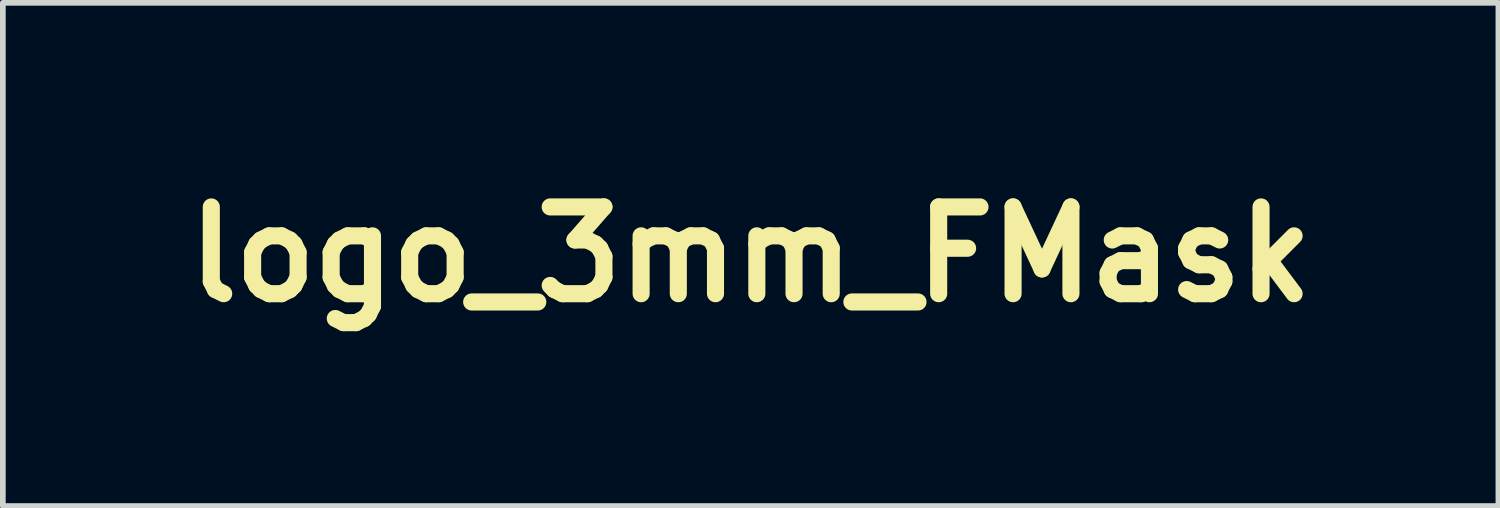
<source format=kicad_pcb>
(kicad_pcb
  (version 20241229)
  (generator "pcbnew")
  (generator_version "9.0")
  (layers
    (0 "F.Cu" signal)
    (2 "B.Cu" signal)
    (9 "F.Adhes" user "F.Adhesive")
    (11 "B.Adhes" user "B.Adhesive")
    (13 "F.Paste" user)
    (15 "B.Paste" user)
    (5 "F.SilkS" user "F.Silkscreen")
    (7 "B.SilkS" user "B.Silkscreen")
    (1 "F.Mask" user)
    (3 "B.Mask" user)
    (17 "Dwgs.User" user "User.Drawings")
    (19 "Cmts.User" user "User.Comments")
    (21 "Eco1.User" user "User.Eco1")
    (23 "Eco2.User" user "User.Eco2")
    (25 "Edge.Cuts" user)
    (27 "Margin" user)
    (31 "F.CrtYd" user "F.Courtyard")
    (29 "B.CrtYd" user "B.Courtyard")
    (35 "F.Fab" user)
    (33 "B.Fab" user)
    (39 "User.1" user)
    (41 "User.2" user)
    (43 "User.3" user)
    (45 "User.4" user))
  (footprint "logo_3mm_FMask"
    (layer "F.Cu")
    (at 10.131 1.418)
    (property "Reference" "logo_3mm_FMask" (at 0 0 0) (layer "F.SilkS") (effects (font (size 1.524 1.524) (thickness 0.3))))
    (attr board_only exclude_from_pos_files exclude_from_bom)
    (fp_poly (pts (xy 0.611 -0.894) (xy 0.707 -0.894) (xy 0.797 -0.894) (xy 0.881 -0.894) (xy 0.959 -0.893) (xy 1.03 -0.893) (xy 1.096 -0.893) (xy 1.157 -0.893) (xy 1.211 -0.893) (xy 1.259 -0.893) (xy 1.301 -0.893) (xy 1.338 -0.892) (xy 1.368 -0.892) (xy 1.393 -0.892) (xy 1.412 -0.892) (xy 1.425 -0.891) (xy 1.432 -0.891) (xy 1.499 -0.885) (xy 1.562 -0.876) (xy 1.621 -0.864) (xy 1.676 -0.847) (xy 1.728 -0.827) (xy 1.778 -0.802) (xy 1.825 -0.774) (xy 1.848 -0.758) (xy 1.904 -0.713) (xy 1.956 -0.666) (xy 2.002 -0.615) (xy 2.044 -0.561) (xy 2.08 -0.503) (xy 2.111 -0.443) (xy 2.138 -0.38) (xy 2.158 -0.315) (xy 2.163 -0.296) (xy 2.17 -0.266) (xy 2.175 -0.238) (xy 2.18 -0.211) (xy 2.182 -0.183) (xy 2.184 -0.154) (xy 2.185 -0.121) (xy 2.185 -0.093) (xy 2.185 -0.061) (xy 2.185 -0.033) (xy 2.183 -0.009) (xy 2.181 0.014) (xy 2.178 0.036) (xy 2.174 0.059) (xy 2.169 0.084) (xy 2.169 0.087) (xy 2.152 0.154) (xy 2.129 0.219) (xy 2.101 0.28) (xy 2.069 0.339) (xy 2.031 0.395) (xy 1.988 0.448) (xy 1.948 0.489) (xy 1.903 0.53) (xy 1.854 0.566) (xy 1.803 0.598) (xy 1.748 0.625) (xy 1.69 0.649) (xy 1.629 0.668) (xy 1.563 0.684) (xy 1.492 0.695) (xy 1.482 0.697) (xy 1.479 0.697) (xy 1.473 0.697) (xy 1.464 0.697) (xy 1.452 0.698) (xy 1.438 0.698) (xy 1.42 0.698) (xy 1.399 0.698) (xy 1.375 0.698) (xy 1.348 0.699) (xy 1.317 0.699) (xy 1.282 0.699) (xy 1.244 0.699) (xy 1.202 0.699) (xy 1.155 0.699) (xy 1.105 0.7) (xy 1.05 0.7) (xy 0.991 0.7) (xy 0.927 0.7) (xy 0.859 0.7) (xy 0.786 0.7) (xy 0.709 0.7) (xy 0.626 0.7) (xy 0.538 0.701) (xy 0.446 0.701) (xy 0.347 0.701) (xy 0.244 0.701) (xy 0.134 0.701) (xy 0.02 0.701) (xy -0.101 0.701) (xy -0.206 0.701) (xy -1.866 0.702) (xy -1.872 0.718) (xy -1.874 0.725) (xy -1.878 0.737) (xy -1.884 0.752) (xy -1.89 0.771) (xy -1.897 0.791) (xy -1.905 0.813) (xy -1.905 0.814) (xy -1.934 0.894) (xy -2.061 0.894) (xy -2.092 0.894) (xy -2.117 0.894) (xy -2.138 0.894) (xy -2.154 0.894) (xy -2.166 0.893) (xy -2.175 0.893) (xy -2.18 0.892) (xy -2.184 0.892) (xy -2.186 0.891) (xy -2.186 0.89) (xy -2.186 0.889) (xy -2.184 0.885) (xy -2.181 0.876) (xy -2.176 0.862) (xy -2.169 0.843) (xy -2.161 0.82) (xy -2.152 0.793) (xy -2.141 0.763) (xy -2.129 0.729) (xy -2.116 0.693) (xy -2.102 0.654) (xy -2.088 0.613) (xy -2.073 0.571) (xy -2.059 0.533) (xy -2.053 0.514) (xy -2.046 0.497) (xy -2.041 0.483) (xy -2.037 0.472) (xy -2.034 0.466) (xy -2.033 0.464) (xy -2.03 0.464) (xy -2.021 0.464) (xy -2.006 0.464) (xy -1.986 0.464) (xy -1.96 0.464) (xy -1.93 0.464) (xy -1.894 0.463) (xy -1.854 0.463) (xy -1.808 0.463) (xy -1.759 0.463) (xy -1.705 0.463) (xy -1.647 0.463) (xy -1.585 0.463) (xy -1.519 0.463) (xy -1.449 0.463) (xy -1.376 0.463) (xy -1.3 0.463) (xy -1.22 0.462) (xy -1.137 0.462) (xy -1.052 0.462) (xy -0.964 0.462) (xy -0.873 0.462) (xy -0.781 0.462) (xy -0.686 0.462) (xy -0.589 0.462) (xy -0.49 0.462) (xy -0.389 0.462) (xy -0.291 0.462) (xy -0.15 0.462) (xy -0.016 0.462) (xy 0.114 0.462) (xy 0.237 0.462) (xy 0.355 0.462) (xy 0.466 0.462) (xy 0.572 0.462) (xy 0.672 0.462) (xy 0.767 0.462) (xy 0.855 0.461) (xy 0.938 0.461) (xy 1.014 0.461) (xy 1.085 0.461) (xy 1.15 0.461) (xy 1.209 0.461) (xy 1.263 0.461) (xy 1.31 0.46) (xy 1.351 0.46) (xy 1.387 0.46) (xy 1.416 0.46) (xy 1.44 0.46) (xy 1.457 0.459) (xy 1.469 0.459) (xy 1.474 0.459) (xy 1.475 0.459) (xy 1.492 0.457) (xy 1.505 0.455) (xy 1.517 0.453) (xy 1.529 0.451) (xy 1.543 0.447) (xy 1.556 0.444) (xy 1.608 0.427) (xy 1.658 0.406) (xy 1.703 0.38) (xy 1.746 0.349) (xy 1.784 0.315) (xy 1.819 0.277) (xy 1.849 0.235) (xy 1.874 0.189) (xy 1.894 0.142) (xy 1.91 0.091) (xy 1.921 0.038) (xy 1.928 -0.018) (xy 1.931 -0.076) (xy 1.93 -0.134) (xy 1.925 -0.19) (xy 1.916 -0.245) (xy 1.914 -0.257) (xy 1.903 -0.296) (xy 1.889 -0.336) (xy 1.872 -0.375) (xy 1.853 -0.41) (xy 1.848 -0.419) (xy 1.819 -0.461) (xy 1.784 -0.5) (xy 1.746 -0.535) (xy 1.703 -0.566) (xy 1.657 -0.592) (xy 1.607 -0.615) (xy 1.555 -0.632) (xy 1.499 -0.645) (xy 1.461 -0.651) (xy 1.456 -0.651) (xy 1.447 -0.651) (xy 1.432 -0.652) (xy 1.411 -0.652) (xy 1.386 -0.652) (xy 1.355 -0.652) (xy 1.319 -0.653) (xy 1.278 -0.653) (xy 1.231 -0.653) (xy 1.179 -0.653) (xy 1.121 -0.653) (xy 1.058 -0.653) (xy 0.989 -0.653) (xy 0.915 -0.654) (xy 0.835 -0.654) (xy 0.749 -0.654) (xy 0.658 -0.654) (xy 0.561 -0.654) (xy 0.458 -0.654) (xy 0.349 -0.654) (xy 0.235 -0.654) (xy 0.114 -0.654) (xy -0.012 -0.654) (xy -0.101 -0.654) (xy -0.197 -0.654) (xy -0.291 -0.654) (xy -0.384 -0.654) (xy -0.474 -0.654) (xy -0.563 -0.654) (xy -0.649 -0.654) (xy -0.733 -0.654) (xy -0.815 -0.654) (xy -0.893 -0.654) (xy -0.969 -0.654) (xy -1.042 -0.655) (xy -1.111 -0.655) (xy -1.177 -0.655) (xy -1.239 -0.655) (xy -1.298 -0.655) (xy -1.352 -0.655) (xy -1.402 -0.655) (xy -1.448 -0.655) (xy -1.49 -0.655) (xy -1.526 -0.655) (xy -1.558 -0.656) (xy -1.585 -0.656) (xy -1.606 -0.656) (xy -1.623 -0.656) (xy -1.633 -0.656) (xy -1.638 -0.656) (xy -1.638 -0.656) (xy -1.637 -0.66) (xy -1.634 -0.668) (xy -1.63 -0.681) (xy -1.624 -0.697) (xy -1.617 -0.717) (xy -1.609 -0.739) (xy -1.601 -0.764) (xy -1.597 -0.776) (xy -1.555 -0.893) (xy -0.088 -0.893) (xy 0.043 -0.894) (xy 0.169 -0.894) (xy 0.288 -0.894) (xy 0.402 -0.894) (xy 0.51 -0.894)) (stroke (width 0) (type solid)) (fill yes) (layer "F.Mask"))
    (fp_poly (pts (xy -1.468 -0.572) (xy -1.449 -0.572) (xy -1.434 -0.572) (xy -1.423 -0.572) (xy -1.417 -0.572) (xy -1.416 -0.571) (xy -1.417 -0.568) (xy -1.42 -0.56) (xy -1.424 -0.548) (xy -1.429 -0.533) (xy -1.435 -0.516) (xy -1.437 -0.51) (xy -1.443 -0.492) (xy -1.449 -0.476) (xy -1.453 -0.463) (xy -1.456 -0.454) (xy -1.458 -0.449) (xy -1.458 -0.449) (xy -1.455 -0.449) (xy -1.446 -0.449) (xy -1.432 -0.448) (xy -1.412 -0.448) (xy -1.387 -0.448) (xy -1.357 -0.448) (xy -1.322 -0.448) (xy -1.282 -0.448) (xy -1.237 -0.448) (xy -1.189 -0.448) (xy -1.136 -0.448) (xy -1.079 -0.447) (xy -1.018 -0.447) (xy -0.954 -0.447) (xy -0.886 -0.447) (xy -0.815 -0.447) (xy -0.741 -0.447) (xy -0.664 -0.447) (xy -0.585 -0.447) (xy -0.503 -0.447) (xy -0.418 -0.447) (xy -0.332 -0.446) (xy -0.243 -0.446) (xy -0.153 -0.446) (xy -0.061 -0.446) (xy -0.02 -0.446) (xy 0.091 -0.446) (xy 0.196 -0.446) (xy 0.296 -0.446) (xy 0.39 -0.446) (xy 0.479 -0.446) (xy 0.562 -0.446) (xy 0.641 -0.446) (xy 0.714 -0.446) (xy 0.783 -0.446) (xy 0.848 -0.445) (xy 0.907 -0.445) (xy 0.963 -0.445) (xy 1.015 -0.445) (xy 1.062 -0.445) (xy 1.106 -0.445) (xy 1.147 -0.445) (xy 1.183 -0.445) (xy 1.217 -0.445) (xy 1.247 -0.444) (xy 1.275 -0.444) (xy 1.3 -0.444) (xy 1.322 -0.444) (xy 1.341 -0.444) (xy 1.358 -0.444) (xy 1.373 -0.443) (xy 1.386 -0.443) (xy 1.398 -0.443) (xy 1.407 -0.443) (xy 1.415 -0.442) (xy 1.422 -0.442) (xy 1.427 -0.442) (xy 1.431 -0.441) (xy 1.435 -0.441) (xy 1.437 -0.441) (xy 1.44 -0.44) (xy 1.44 -0.44) (xy 1.482 -0.429) (xy 1.519 -0.414) (xy 1.552 -0.396) (xy 1.574 -0.382) (xy 1.611 -0.351) (xy 1.642 -0.316) (xy 1.669 -0.28) (xy 1.69 -0.24) (xy 1.706 -0.198) (xy 1.716 -0.154) (xy 1.721 -0.108) (xy 1.72 -0.06) (xy 1.714 -0.011) (xy 1.713 -0.009) (xy 1.703 0.032) (xy 1.689 0.069) (xy 1.672 0.102) (xy 1.649 0.133) (xy 1.622 0.161) (xy 1.59 0.187) (xy 1.555 0.209) (xy 1.515 0.227) (xy 1.471 0.24) (xy 1.423 0.25) (xy 1.421 0.25) (xy 1.418 0.251) (xy 1.414 0.251) (xy 1.409 0.251) (xy 1.403 0.252) (xy 1.396 0.252) (xy 1.387 0.252) (xy 1.376 0.252) (xy 1.363 0.253) (xy 1.349 0.253) (xy 1.332 0.253) (xy 1.313 0.253) (xy 1.291 0.253) (xy 1.267 0.254) (xy 1.24 0.254) (xy 1.211 0.254) (xy 1.178 0.254) (xy 1.142 0.254) (xy 1.103 0.254) (xy 1.06 0.254) (xy 1.014 0.254) (xy 0.964 0.255) (xy 0.91 0.255) (xy 0.852 0.255) (xy 0.79 0.255) (xy 0.724 0.255) (xy 0.653 0.255) (xy 0.577 0.255) (xy 0.497 0.255) (xy 0.412 0.255) (xy 0.322 0.255) (xy 0.226 0.255) (xy 0.126 0.255) (xy 0.02 0.255) (xy -0.092 0.255) (xy -0.21 0.255) (xy -0.284 0.255) (xy -0.397 0.255) (xy -0.507 0.255) (xy -0.615 0.255) (xy -0.719 0.255) (xy -0.819 0.255) (xy -0.917 0.255) (xy -1.01 0.255) (xy -1.1 0.255) (xy -1.187 0.255) (xy -1.269 0.255) (xy -1.348 0.254) (xy -1.422 0.254) (xy -1.492 0.254) (xy -1.558 0.254) (xy -1.619 0.254) (xy -1.676 0.254) (xy -1.727 0.254) (xy -1.774 0.254) (xy -1.816 0.253) (xy -1.853 0.253) (xy -1.885 0.253) (xy -1.911 0.253) (xy -1.931 0.253) (xy -1.946 0.253) (xy -1.956 0.253) (xy -1.959 0.252) (xy -1.959 0.252) (xy -1.958 0.249) (xy -1.955 0.239) (xy -1.95 0.224) (xy -1.943 0.204) (xy -1.934 0.178) (xy -1.923 0.147) (xy -1.91 0.11) (xy -1.895 0.069) (xy -1.877 0.017) (xy -0.237 0.015) (xy -0.118 0.015) (xy -0.006 0.015) (xy 0.101 0.015) (xy 0.203 0.015) (xy 0.299 0.014) (xy 0.39 0.014) (xy 0.476 0.014) (xy 0.556 0.014) (xy 0.632 0.014) (xy 0.704 0.014) (xy 0.771 0.014) (xy 0.833 0.014) (xy 0.891 0.014) (xy 0.946 0.014) (xy 0.996 0.014) (xy 1.042 0.013) (xy 1.085 0.013) (xy 1.125 0.013) (xy 1.161 0.013) (xy 1.194 0.013) (xy 1.224 0.013) (xy 1.251 0.013) (xy 1.275 0.012) (xy 1.297 0.012) (xy 1.316 0.012) (xy 1.333 0.012) (xy 1.348 0.012) (xy 1.361 0.011) (xy 1.372 0.011) (xy 1.382 0.011) (xy 1.39 0.011) (xy 1.397 0.01) (xy 1.402 0.01) (xy 1.406 0.01) (xy 1.41 0.009) (xy 1.412 0.009) (xy 1.414 0.009) (xy 1.416 0.008) (xy 1.417 0.008) (xy 1.434 -0.002) (xy 1.45 -0.015) (xy 1.462 -0.031) (xy 1.464 -0.037) (xy 1.467 -0.044) (xy 1.47 -0.052) (xy 1.471 -0.061) (xy 1.471 -0.073) (xy 1.472 -0.089) (xy 1.471 -0.112) (xy 1.469 -0.13) (xy 1.465 -0.145) (xy 1.459 -0.158) (xy 1.45 -0.17) (xy 1.443 -0.177) (xy 1.429 -0.19) (xy 1.415 -0.198) (xy 1.412 -0.2) (xy 1.41 -0.2) (xy 1.409 -0.201) (xy 1.407 -0.201) (xy 1.405 -0.201) (xy 1.402 -0.202) (xy 1.398 -0.202) (xy 1.393 -0.202) (xy 1.387 -0.203) (xy 1.38 -0.203) (xy 1.371 -0.203) (xy 1.36 -0.203) (xy 1.348 -0.204) (xy 1.334 -0.204) (xy 1.318 -0.204) (xy 1.299 -0.204) (xy 1.278 -0.204) (xy 1.255 -0.205) (xy 1.228 -0.205) (xy 1.199 -0.205) (xy 1.167 -0.205) (xy 1.131 -0.205) (xy 1.092 -0.205) (xy 1.05 -0.205) (xy 1.004 -0.205) (xy 0.954 -0.206) (xy 0.9 -0.206) (xy 0.842 -0.206) (xy 0.78 -0.206) (xy 0.713 -0.206) (xy 0.641 -0.206) (xy 0.565 -0.206) (xy 0.484 -0.206) (xy 0.397 -0.206) (xy 0.306 -0.206) (xy 0.209 -0.206) (xy 0.106 -0.206) (xy -0.002 -0.206) (xy -0.074 -0.206) (xy -1.544 -0.207) (xy -1.563 -0.155) (xy -1.569 -0.137) (xy -1.575 -0.12) (xy -1.581 -0.104) (xy -1.585 -0.091) (xy -1.587 -0.085) (xy -1.594 -0.066) (xy -1.848 -0.066) (xy -1.839 -0.091) (xy -1.837 -0.097) (xy -1.832 -0.109) (xy -1.826 -0.126) (xy -1.819 -0.147) (xy -1.81 -0.171) (xy -1.801 -0.199) (xy -1.79 -0.229) (xy -1.778 -0.262) (xy -1.766 -0.297) (xy -1.753 -0.332) (xy -1.749 -0.344) (xy -1.669 -0.572) (xy -1.542 -0.572) (xy -1.516 -0.572) (xy -1.491 -0.572)) (stroke (width 0) (type solid)) (fill yes) (layer "F.Mask")))
  (gr_rect
    (start -3 -3)
    (end 23.262 5.836)
    (stroke (width 0.1) (type default))
    (fill no)
    (layer "Edge.Cuts")))
</source>
